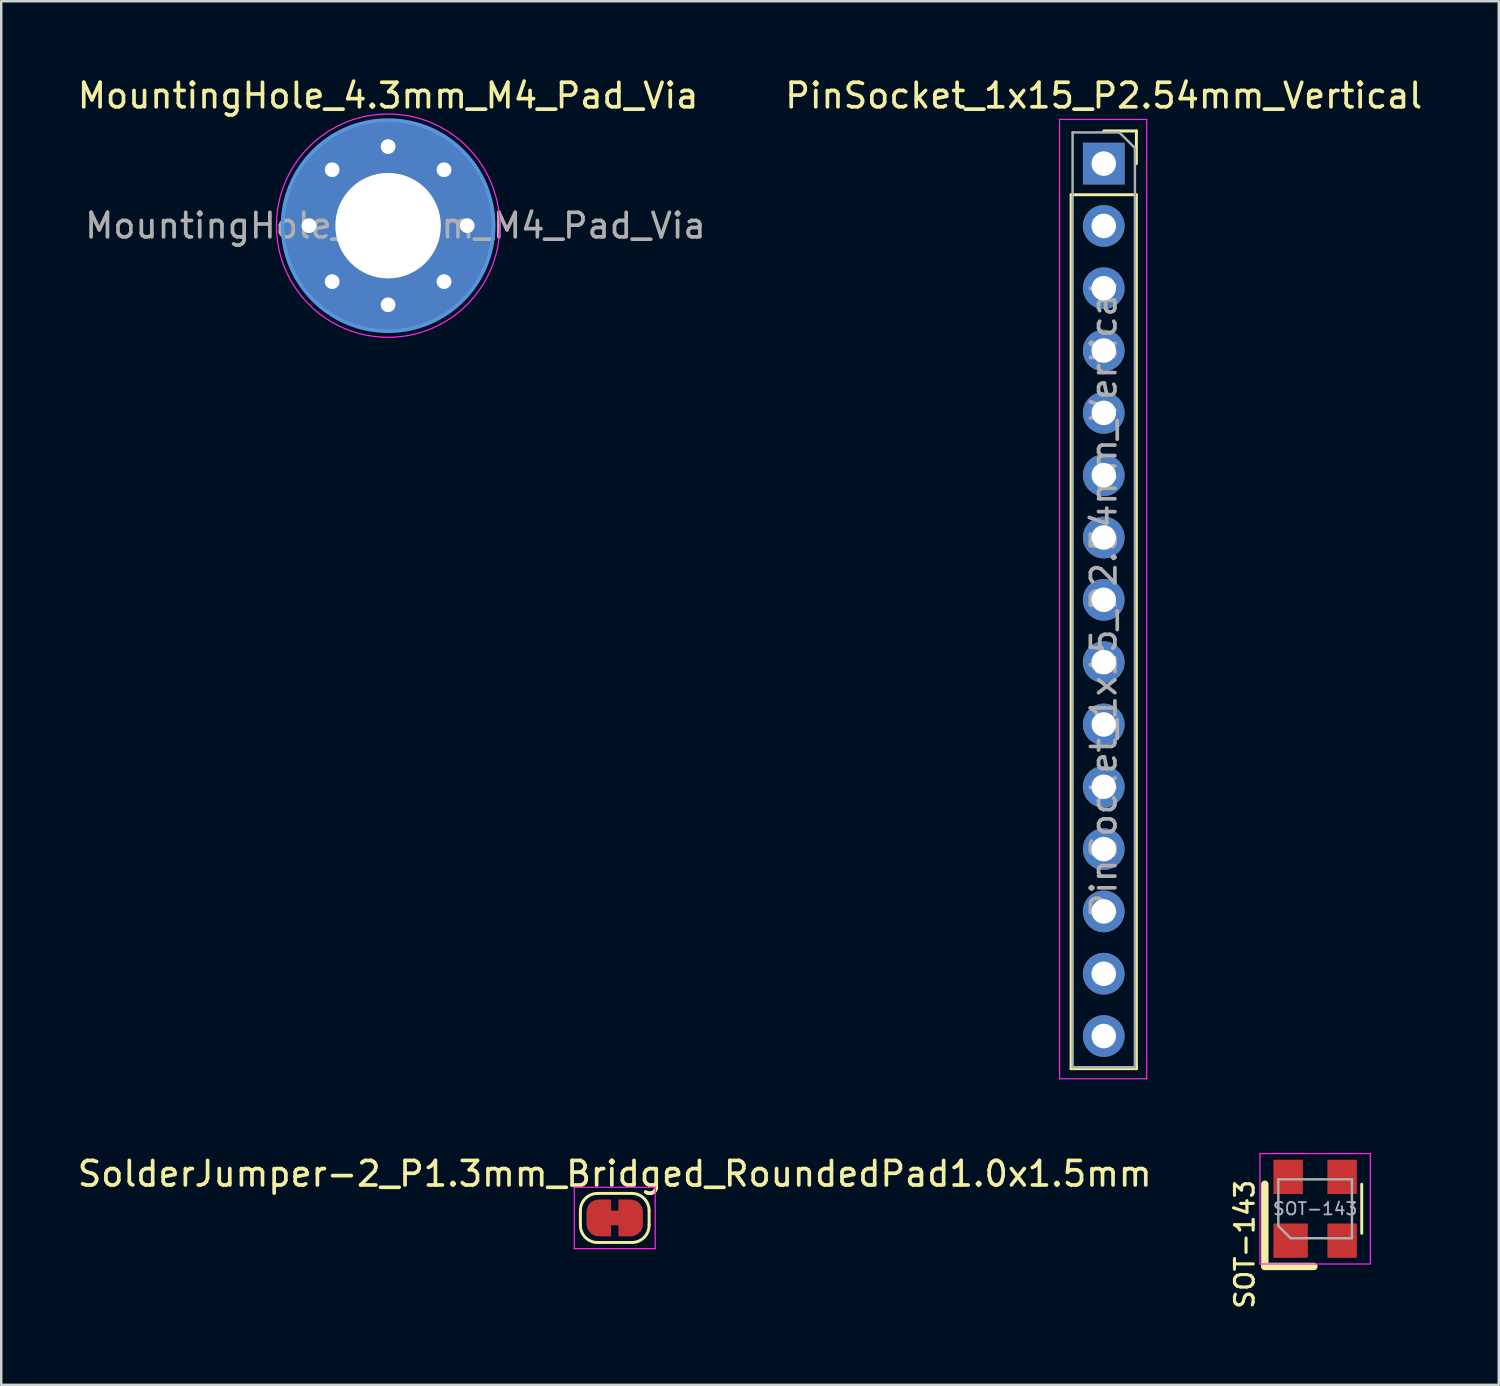
<source format=kicad_pcb>
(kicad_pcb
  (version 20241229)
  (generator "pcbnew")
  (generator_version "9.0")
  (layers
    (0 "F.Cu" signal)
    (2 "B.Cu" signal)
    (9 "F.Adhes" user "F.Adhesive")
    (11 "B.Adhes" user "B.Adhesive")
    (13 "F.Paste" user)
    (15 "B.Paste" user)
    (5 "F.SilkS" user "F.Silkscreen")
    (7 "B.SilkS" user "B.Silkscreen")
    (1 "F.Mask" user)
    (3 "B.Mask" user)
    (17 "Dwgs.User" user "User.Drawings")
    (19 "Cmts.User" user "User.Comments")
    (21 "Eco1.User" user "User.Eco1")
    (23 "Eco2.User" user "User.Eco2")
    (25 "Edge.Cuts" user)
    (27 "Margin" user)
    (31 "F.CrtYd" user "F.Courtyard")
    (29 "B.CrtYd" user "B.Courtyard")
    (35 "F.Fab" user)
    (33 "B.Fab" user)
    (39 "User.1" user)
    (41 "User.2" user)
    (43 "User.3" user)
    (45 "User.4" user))
  (footprint "SolderJumper-2_P1.3mm_Bridged_RoundedPad1.0x1.5mm"
    (layer "F.Cu")
    (at 22.006 46.592)
    (property "Reference" "SolderJumper-2_P1.3mm_Bridged_RoundedPad1.0x1.5mm" (at 0 -1.8 0) (layer "F.SilkS") (effects (font (size 1 1) (thickness 0.15))))
    (attr exclude_from_pos_files exclude_from_bom)
    (fp_poly (pts (xy 0.25 -0.3) (xy -0.25 -0.3) (xy -0.25 0.3) (xy 0.25 0.3)) (stroke (width 0) (type solid)) (fill yes) (layer "F.Cu"))
    (fp_line (start -1.4 0.3) (end -1.4 -0.3) (stroke (width 0.12) (type solid)) (layer "F.SilkS"))
    (fp_line (start -0.7 -1) (end 0.7 -1) (stroke (width 0.12) (type solid)) (layer "F.SilkS"))
    (fp_line (start 0.7 1) (end -0.7 1) (stroke (width 0.12) (type solid)) (layer "F.SilkS"))
    (fp_line (start 1.4 -0.3) (end 1.4 0.3) (stroke (width 0.12) (type solid)) (layer "F.SilkS"))
    (fp_arc (start -1.4 -0.3) (mid -1.194975 -0.794975) (end -0.7 -1) (stroke (width 0.12) (type solid)) (layer "F.SilkS"))
    (fp_arc (start -0.7 1) (mid -1.194975 0.794975) (end -1.4 0.3) (stroke (width 0.12) (type solid)) (layer "F.SilkS"))
    (fp_arc (start 0.7 -1) (mid 1.194975 -0.794975) (end 1.4 -0.3) (stroke (width 0.12) (type solid)) (layer "F.SilkS"))
    (fp_arc (start 1.4 0.3) (mid 1.194975 0.794975) (end 0.7 1) (stroke (width 0.12) (type solid)) (layer "F.SilkS"))
    (fp_line (start -1.65 -1.25) (end -1.65 1.25) (stroke (width 0.05) (type solid)) (layer "F.CrtYd"))
    (fp_line (start -1.65 -1.25) (end 1.65 -1.25) (stroke (width 0.05) (type solid)) (layer "F.CrtYd"))
    (fp_line (start 1.65 1.25) (end -1.65 1.25) (stroke (width 0.05) (type solid)) (layer "F.CrtYd"))
    (fp_line (start 1.65 1.25) (end 1.65 -1.25) (stroke (width 0.05) (type solid)) (layer "F.CrtYd"))
    (pad "1" smd custom (at -0.65 0) (size 1 0.5) (layers "F.Cu" "F.Mask") (options (anchor rect)) (primitives (gr_circle (center 0 0.25) (end 0.5 0.25) (width 0) (fill yes)) (gr_circle (center 0 -0.25) (end 0.5 -0.25) (width 0) (fill yes)) (gr_poly (pts (xy 0 -0.75) (xy 0.5 -0.75) (xy 0.5 0.75) (xy 0 0.75)) (width 0) (fill yes))))
    (pad "2" smd custom (at 0.65 0) (size 1 0.5) (layers "F.Cu" "F.Mask") (options (anchor rect)) (primitives (gr_circle (center 0 0.25) (end 0.5 0.25) (width 0) (fill yes)) (gr_circle (center 0 -0.25) (end 0.5 -0.25) (width 0) (fill yes)) (gr_poly (pts (xy 0 -0.75) (xy -0.5 -0.75) (xy -0.5 0.75) (xy 0 0.75)) (width 0) (fill yes)))))
  (footprint "PinSocket_1x15_P2.54mm_Vertical"
    (layer "F.Cu")
    (at 41.937 3.618)
    (property "Reference" "PinSocket_1x15_P2.54mm_Vertical" (at 0 -2.77 0) (layer "F.SilkS") (effects (font (size 1 1) (thickness 0.15))))
    (attr through_hole)
    (fp_line (start -1.33 1.27) (end -1.33 36.89) (stroke (width 0.12) (type solid)) (layer "F.SilkS"))
    (fp_line (start -1.33 1.27) (end 1.33 1.27) (stroke (width 0.12) (type solid)) (layer "F.SilkS"))
    (fp_line (start -1.33 36.89) (end 1.33 36.89) (stroke (width 0.12) (type solid)) (layer "F.SilkS"))
    (fp_line (start 0 -1.33) (end 1.33 -1.33) (stroke (width 0.12) (type solid)) (layer "F.SilkS"))
    (fp_line (start 1.33 -1.33) (end 1.33 0) (stroke (width 0.12) (type solid)) (layer "F.SilkS"))
    (fp_line (start 1.33 1.27) (end 1.33 36.89) (stroke (width 0.12) (type solid)) (layer "F.SilkS"))
    (fp_line (start -1.8 -1.8) (end 1.75 -1.8) (stroke (width 0.05) (type solid)) (layer "F.CrtYd"))
    (fp_line (start -1.8 37.3) (end -1.8 -1.8) (stroke (width 0.05) (type solid)) (layer "F.CrtYd"))
    (fp_line (start 1.75 -1.8) (end 1.75 37.3) (stroke (width 0.05) (type solid)) (layer "F.CrtYd"))
    (fp_line (start 1.75 37.3) (end -1.8 37.3) (stroke (width 0.05) (type solid)) (layer "F.CrtYd"))
    (fp_line (start -1.27 -1.27) (end 0.635 -1.27) (stroke (width 0.1) (type solid)) (layer "F.Fab"))
    (fp_line (start -1.27 36.83) (end -1.27 -1.27) (stroke (width 0.1) (type solid)) (layer "F.Fab"))
    (fp_line (start 0.635 -1.27) (end 1.27 -0.635) (stroke (width 0.1) (type solid)) (layer "F.Fab"))
    (fp_line (start 1.27 -0.635) (end 1.27 36.83) (stroke (width 0.1) (type solid)) (layer "F.Fab"))
    (fp_line (start 1.27 36.83) (end -1.27 36.83) (stroke (width 0.1) (type solid)) (layer "F.Fab"))
    (fp_text user "${REFERENCE}" (at 0 17.78 90) (layer "F.Fab") (effects (font (size 1 1) (thickness 0.15))))
    (pad "1" thru_hole rect (at 0 0) (size 1.7 1.7) (drill 1) (layers "*.Cu" "*.Mask"))
    (pad "2" thru_hole oval (at 0 2.54) (size 1.7 1.7) (drill 1) (layers "*.Cu" "*.Mask"))
    (pad "3" thru_hole oval (at 0 5.08) (size 1.7 1.7) (drill 1) (layers "*.Cu" "*.Mask"))
    (pad "4" thru_hole oval (at 0 7.62) (size 1.7 1.7) (drill 1) (layers "*.Cu" "*.Mask"))
    (pad "5" thru_hole oval (at 0 10.16) (size 1.7 1.7) (drill 1) (layers "*.Cu" "*.Mask"))
    (pad "6" thru_hole oval (at 0 12.7) (size 1.7 1.7) (drill 1) (layers "*.Cu" "*.Mask"))
    (pad "7" thru_hole oval (at 0 15.24) (size 1.7 1.7) (drill 1) (layers "*.Cu" "*.Mask"))
    (pad "8" thru_hole oval (at 0 17.78) (size 1.7 1.7) (drill 1) (layers "*.Cu" "*.Mask"))
    (pad "9" thru_hole oval (at 0 20.32) (size 1.7 1.7) (drill 1) (layers "*.Cu" "*.Mask"))
    (pad "10" thru_hole oval (at 0 22.86) (size 1.7 1.7) (drill 1) (layers "*.Cu" "*.Mask"))
    (pad "11" thru_hole oval (at 0 25.4) (size 1.7 1.7) (drill 1) (layers "*.Cu" "*.Mask"))
    (pad "12" thru_hole oval (at 0 27.94) (size 1.7 1.7) (drill 1) (layers "*.Cu" "*.Mask"))
    (pad "13" thru_hole oval (at 0 30.48) (size 1.7 1.7) (drill 1) (layers "*.Cu" "*.Mask"))
    (pad "14" thru_hole oval (at 0 33.02) (size 1.7 1.7) (drill 1) (layers "*.Cu" "*.Mask"))
    (pad "15" thru_hole oval (at 0 35.56) (size 1.7 1.7) (drill 1) (layers "*.Cu" "*.Mask")))
  (footprint "SOT-143"
    (layer "F.Cu")
    (at 50.553 46.218)
    (property "Reference" "SOT-143" (at -2.872 1.448 90) (layer "F.SilkS") (effects (font (size 0.762 0.762) (thickness 0.127))))
    (attr smd)
    (fp_line (start -2.05 -1) (end -2.05 2.35) (stroke (width 0.3) (type solid)) (layer "F.SilkS"))
    (fp_line (start -2.05 2.35) (end -0.05 2.35) (stroke (width 0.3) (type solid)) (layer "F.SilkS"))
    (fp_line (start 1.9 1) (end 1.9 -1) (stroke (width 0.12) (type solid)) (layer "F.SilkS"))
    (fp_line (start -2.25 -2.25) (end -2.25 2.25) (stroke (width 0.05) (type solid)) (layer "F.CrtYd"))
    (fp_line (start -2.25 -2.25) (end 2.25 -2.25) (stroke (width 0.05) (type solid)) (layer "F.CrtYd"))
    (fp_line (start 2.25 2.25) (end -2.25 2.25) (stroke (width 0.05) (type solid)) (layer "F.CrtYd"))
    (fp_line (start 2.25 2.25) (end 2.25 -2.25) (stroke (width 0.05) (type solid)) (layer "F.CrtYd"))
    (fp_line (start -1.5 -1.2) (end 1.5 -1.2) (stroke (width 0.1) (type solid)) (layer "F.Fab"))
    (fp_line (start -1.5 0.7) (end -1.5 -1.2) (stroke (width 0.1) (type solid)) (layer "F.Fab"))
    (fp_line (start -1 1.2) (end -1.5 0.7) (stroke (width 0.1) (type solid)) (layer "F.Fab"))
    (fp_line (start 1.5 -1.2) (end 1.5 1.2) (stroke (width 0.1) (type solid)) (layer "F.Fab"))
    (fp_line (start 1.5 1.2) (end -1 1.2) (stroke (width 0.1) (type solid)) (layer "F.Fab"))
    (fp_text user "${REFERENCE}" (at 0 0 180) (layer "F.Fab") (effects (font (size 0.5 0.5) (thickness 0.075))))
    (pad "1" smd rect (at -1 1.3) (size 1.4 1.4) (layers "F.Cu" "F.Mask" "F.Paste"))
    (pad "2" smd rect (at 1.1 1.3) (size 1.2 1.4) (layers "F.Cu" "F.Mask" "F.Paste"))
    (pad "3" smd rect (at 1.1 -1.3) (size 1.2 1.4) (layers "F.Cu" "F.Mask" "F.Paste"))
    (pad "4" smd rect (at -1.1 -1.3) (size 1.2 1.4) (layers "F.Cu" "F.Mask" "F.Paste")))
  (footprint "MountingHole_4.3mm_M4_Pad_Via"
    (layer "F.Cu")
    (at 12.768 6.148)
    (property "Reference" "MountingHole_4.3mm_M4_Pad_Via" (at 0 -5.3 0) (layer "F.SilkS") (effects (font (size 1 1) (thickness 0.15))))
    (attr exclude_from_pos_files exclude_from_bom)
    (fp_circle (center 0 0) (end 4.3 0) (stroke (width 0.15) (type solid)) (fill no) (layer "Cmts.User"))
    (fp_circle (center 0 0) (end 4.55 0) (stroke (width 0.05) (type solid)) (fill no) (layer "F.CrtYd"))
    (fp_text user "${REFERENCE}" (at 0.3 0 0) (layer "F.Fab") (effects (font (size 1 1) (thickness 0.15))))
    (pad "1" thru_hole circle (at -3.225 0) (size 0.9 0.9) (drill 0.6) (layers "*.Cu" "*.Mask"))
    (pad "1" thru_hole circle (at -2.28 -2.28) (size 0.9 0.9) (drill 0.6) (layers "*.Cu" "*.Mask"))
    (pad "1" thru_hole circle (at -2.28 2.28) (size 0.9 0.9) (drill 0.6) (layers "*.Cu" "*.Mask"))
    (pad "1" thru_hole circle (at 0 -3.225) (size 0.9 0.9) (drill 0.6) (layers "*.Cu" "*.Mask"))
    (pad "1" thru_hole circle (at 0 0) (size 8.6 8.6) (drill 4.3) (layers "*.Cu" "*.Mask"))
    (pad "1" thru_hole circle (at 0 3.225) (size 0.9 0.9) (drill 0.6) (layers "*.Cu" "*.Mask"))
    (pad "1" thru_hole circle (at 2.28 -2.28) (size 0.9 0.9) (drill 0.6) (layers "*.Cu" "*.Mask"))
    (pad "1" thru_hole circle (at 2.28 2.28) (size 0.9 0.9) (drill 0.6) (layers "*.Cu" "*.Mask"))
    (pad "1" thru_hole circle (at 3.225 0) (size 0.9 0.9) (drill 0.6) (layers "*.Cu" "*.Mask")))
  (gr_rect
    (start -3 -3)
    (end 58.038 53.393)
    (stroke (width 0.1) (type default))
    (fill no)
    (layer "Edge.Cuts")))
</source>
